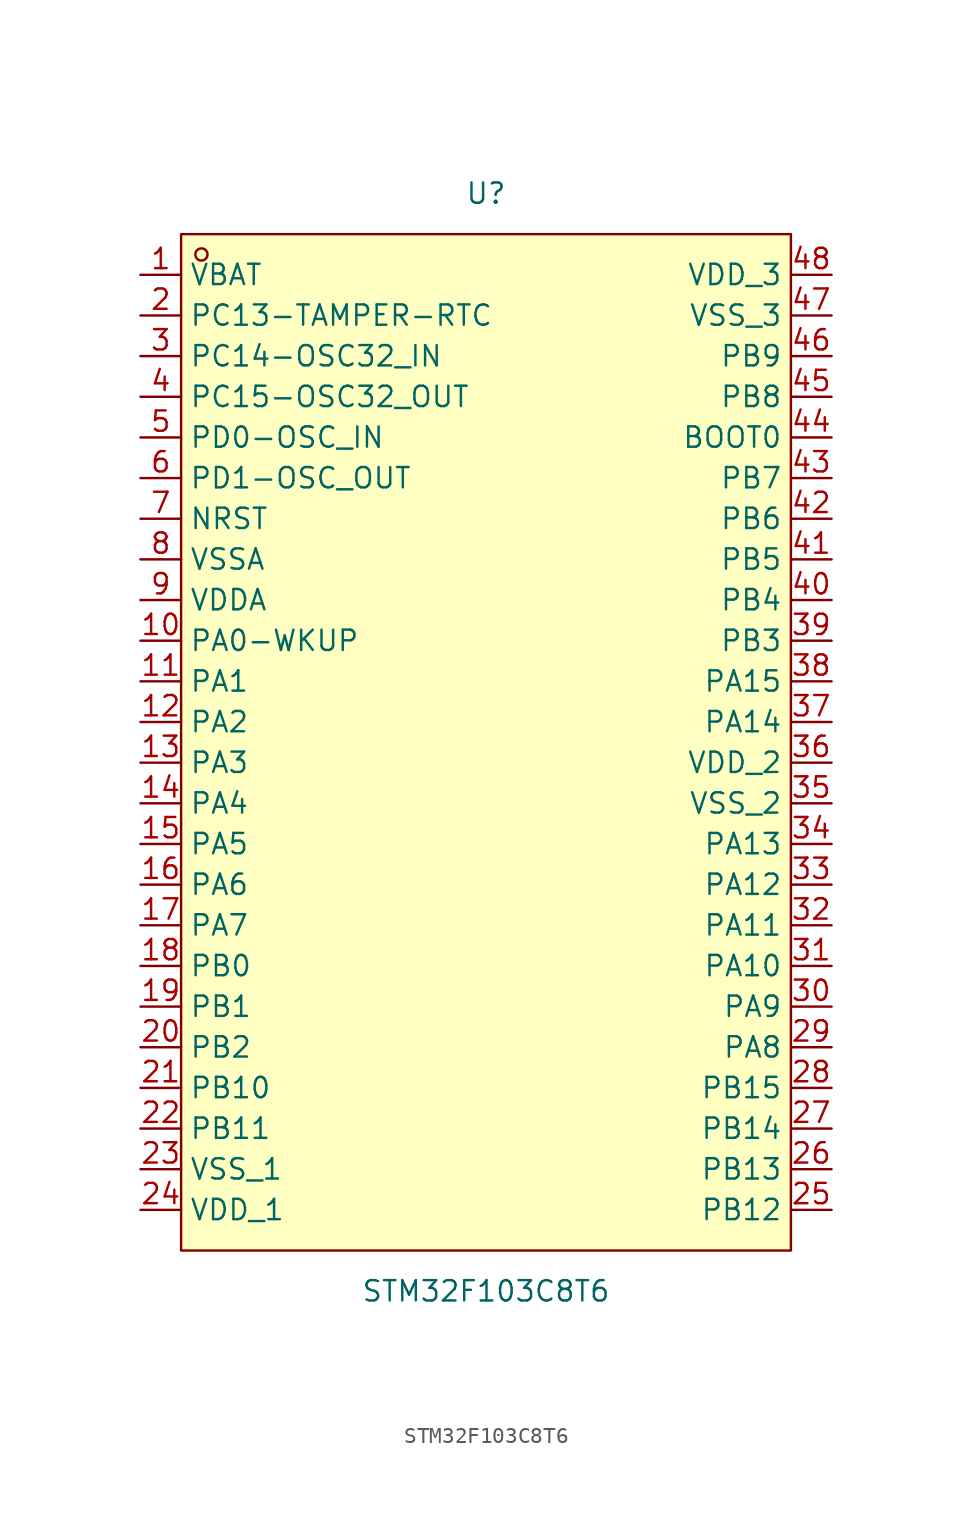
<source format=kicad_sym>
(kicad_symbol_lib
  (version 20231120)
  (generator "kicad_symbol_editor")
  (generator_version "8.0")
  (symbol "STM32F103C8T6"
    (property "Reference" "U"
      (at 0 34.29 0)
      (effects (font (size 1.27 1.27))))
    (property "Value" "STM32F103C8T6"
      (at 0 -34.29 0)
      (effects (font (size 1.27 1.27))))
    (symbol "STM32F103C8T6_0_1"
      (rectangle (start -19.05 31.75) (end 19.05 -31.75) (stroke (width 0) (type default)) (fill (type background)))
      (circle (center -17.78 30.48) (radius 0.38) (stroke (width 0) (type default)) (fill (type none)))
      (pin unspecified line (at -21.59 29.21 0) (length 2.54) (name "VBAT" (effects (font (size 1.27 1.27)))) (number "1" (effects (font (size 1.27 1.27)))))
      (pin unspecified line (at -21.59 6.35 0) (length 2.54) (name "PA0-WKUP" (effects (font (size 1.27 1.27)))) (number "10" (effects (font (size 1.27 1.27)))))
      (pin unspecified line (at -21.59 3.81 0) (length 2.54) (name "PA1" (effects (font (size 1.27 1.27)))) (number "11" (effects (font (size 1.27 1.27)))))
      (pin unspecified line (at -21.59 1.27 0) (length 2.54) (name "PA2" (effects (font (size 1.27 1.27)))) (number "12" (effects (font (size 1.27 1.27)))))
      (pin unspecified line (at -21.59 -1.27 0) (length 2.54) (name "PA3" (effects (font (size 1.27 1.27)))) (number "13" (effects (font (size 1.27 1.27)))))
      (pin unspecified line (at -21.59 -3.81 0) (length 2.54) (name "PA4" (effects (font (size 1.27 1.27)))) (number "14" (effects (font (size 1.27 1.27)))))
      (pin unspecified line (at -21.59 -6.35 0) (length 2.54) (name "PA5" (effects (font (size 1.27 1.27)))) (number "15" (effects (font (size 1.27 1.27)))))
      (pin unspecified line (at -21.59 -8.89 0) (length 2.54) (name "PA6" (effects (font (size 1.27 1.27)))) (number "16" (effects (font (size 1.27 1.27)))))
      (pin unspecified line (at -21.59 -11.43 0) (length 2.54) (name "PA7" (effects (font (size 1.27 1.27)))) (number "17" (effects (font (size 1.27 1.27)))))
      (pin unspecified line (at -21.59 -13.97 0) (length 2.54) (name "PB0" (effects (font (size 1.27 1.27)))) (number "18" (effects (font (size 1.27 1.27)))))
      (pin unspecified line (at -21.59 -16.51 0) (length 2.54) (name "PB1" (effects (font (size 1.27 1.27)))) (number "19" (effects (font (size 1.27 1.27)))))
      (pin unspecified line (at -21.59 26.67 0) (length 2.54) (name "PC13-TAMPER-RTC" (effects (font (size 1.27 1.27)))) (number "2" (effects (font (size 1.27 1.27)))))
      (pin unspecified line (at -21.59 -19.05 0) (length 2.54) (name "PB2" (effects (font (size 1.27 1.27)))) (number "20" (effects (font (size 1.27 1.27)))))
      (pin unspecified line (at -21.59 -21.59 0) (length 2.54) (name "PB10" (effects (font (size 1.27 1.27)))) (number "21" (effects (font (size 1.27 1.27)))))
      (pin unspecified line (at -21.59 -24.13 0) (length 2.54) (name "PB11" (effects (font (size 1.27 1.27)))) (number "22" (effects (font (size 1.27 1.27)))))
      (pin unspecified line (at -21.59 -26.67 0) (length 2.54) (name "VSS_1" (effects (font (size 1.27 1.27)))) (number "23" (effects (font (size 1.27 1.27)))))
      (pin unspecified line (at -21.59 -29.21 0) (length 2.54) (name "VDD_1" (effects (font (size 1.27 1.27)))) (number "24" (effects (font (size 1.27 1.27)))))
      (pin unspecified line (at 21.59 -29.21 180) (length 2.54) (name "PB12" (effects (font (size 1.27 1.27)))) (number "25" (effects (font (size 1.27 1.27)))))
      (pin unspecified line (at 21.59 -26.67 180) (length 2.54) (name "PB13" (effects (font (size 1.27 1.27)))) (number "26" (effects (font (size 1.27 1.27)))))
      (pin unspecified line (at 21.59 -24.13 180) (length 2.54) (name "PB14" (effects (font (size 1.27 1.27)))) (number "27" (effects (font (size 1.27 1.27)))))
      (pin unspecified line (at 21.59 -21.59 180) (length 2.54) (name "PB15" (effects (font (size 1.27 1.27)))) (number "28" (effects (font (size 1.27 1.27)))))
      (pin unspecified line (at 21.59 -19.05 180) (length 2.54) (name "PA8" (effects (font (size 1.27 1.27)))) (number "29" (effects (font (size 1.27 1.27)))))
      (pin unspecified line (at -21.59 24.13 0) (length 2.54) (name "PC14-OSC32_IN" (effects (font (size 1.27 1.27)))) (number "3" (effects (font (size 1.27 1.27)))))
      (pin unspecified line (at 21.59 -16.51 180) (length 2.54) (name "PA9" (effects (font (size 1.27 1.27)))) (number "30" (effects (font (size 1.27 1.27)))))
      (pin unspecified line (at 21.59 -13.97 180) (length 2.54) (name "PA10" (effects (font (size 1.27 1.27)))) (number "31" (effects (font (size 1.27 1.27)))))
      (pin unspecified line (at 21.59 -11.43 180) (length 2.54) (name "PA11" (effects (font (size 1.27 1.27)))) (number "32" (effects (font (size 1.27 1.27)))))
      (pin unspecified line (at 21.59 -8.89 180) (length 2.54) (name "PA12" (effects (font (size 1.27 1.27)))) (number "33" (effects (font (size 1.27 1.27)))))
      (pin unspecified line (at 21.59 -6.35 180) (length 2.54) (name "PA13" (effects (font (size 1.27 1.27)))) (number "34" (effects (font (size 1.27 1.27)))))
      (pin unspecified line (at 21.59 -3.81 180) (length 2.54) (name "VSS_2" (effects (font (size 1.27 1.27)))) (number "35" (effects (font (size 1.27 1.27)))))
      (pin unspecified line (at 21.59 -1.27 180) (length 2.54) (name "VDD_2" (effects (font (size 1.27 1.27)))) (number "36" (effects (font (size 1.27 1.27)))))
      (pin unspecified line (at 21.59 1.27 180) (length 2.54) (name "PA14" (effects (font (size 1.27 1.27)))) (number "37" (effects (font (size 1.27 1.27)))))
      (pin unspecified line (at 21.59 3.81 180) (length 2.54) (name "PA15" (effects (font (size 1.27 1.27)))) (number "38" (effects (font (size 1.27 1.27)))))
      (pin unspecified line (at 21.59 6.35 180) (length 2.54) (name "PB3" (effects (font (size 1.27 1.27)))) (number "39" (effects (font (size 1.27 1.27)))))
      (pin unspecified line (at -21.59 21.59 0) (length 2.54) (name "PC15-OSC32_OUT" (effects (font (size 1.27 1.27)))) (number "4" (effects (font (size 1.27 1.27)))))
      (pin unspecified line (at 21.59 8.89 180) (length 2.54) (name "PB4" (effects (font (size 1.27 1.27)))) (number "40" (effects (font (size 1.27 1.27)))))
      (pin unspecified line (at 21.59 11.43 180) (length 2.54) (name "PB5" (effects (font (size 1.27 1.27)))) (number "41" (effects (font (size 1.27 1.27)))))
      (pin unspecified line (at 21.59 13.97 180) (length 2.54) (name "PB6" (effects (font (size 1.27 1.27)))) (number "42" (effects (font (size 1.27 1.27)))))
      (pin unspecified line (at 21.59 16.51 180) (length 2.54) (name "PB7" (effects (font (size 1.27 1.27)))) (number "43" (effects (font (size 1.27 1.27)))))
      (pin unspecified line (at 21.59 19.05 180) (length 2.54) (name "BOOT0" (effects (font (size 1.27 1.27)))) (number "44" (effects (font (size 1.27 1.27)))))
      (pin unspecified line (at 21.59 21.59 180) (length 2.54) (name "PB8" (effects (font (size 1.27 1.27)))) (number "45" (effects (font (size 1.27 1.27)))))
      (pin unspecified line (at 21.59 24.13 180) (length 2.54) (name "PB9" (effects (font (size 1.27 1.27)))) (number "46" (effects (font (size 1.27 1.27)))))
      (pin unspecified line (at 21.59 26.67 180) (length 2.54) (name "VSS_3" (effects (font (size 1.27 1.27)))) (number "47" (effects (font (size 1.27 1.27)))))
      (pin unspecified line (at 21.59 29.21 180) (length 2.54) (name "VDD_3" (effects (font (size 1.27 1.27)))) (number "48" (effects (font (size 1.27 1.27)))))
      (pin unspecified line (at -21.59 19.05 0) (length 2.54) (name "PD0-OSC_IN" (effects (font (size 1.27 1.27)))) (number "5" (effects (font (size 1.27 1.27)))))
      (pin unspecified line (at -21.59 16.51 0) (length 2.54) (name "PD1-OSC_OUT" (effects (font (size 1.27 1.27)))) (number "6" (effects (font (size 1.27 1.27)))))
      (pin unspecified line (at -21.59 13.97 0) (length 2.54) (name "NRST" (effects (font (size 1.27 1.27)))) (number "7" (effects (font (size 1.27 1.27)))))
      (pin unspecified line (at -21.59 11.43 0) (length 2.54) (name "VSSA" (effects (font (size 1.27 1.27)))) (number "8" (effects (font (size 1.27 1.27)))))
      (pin unspecified line (at -21.59 8.89 0) (length 2.54) (name "VDDA" (effects (font (size 1.27 1.27)))) (number "9" (effects (font (size 1.27 1.27))))))))
</source>
